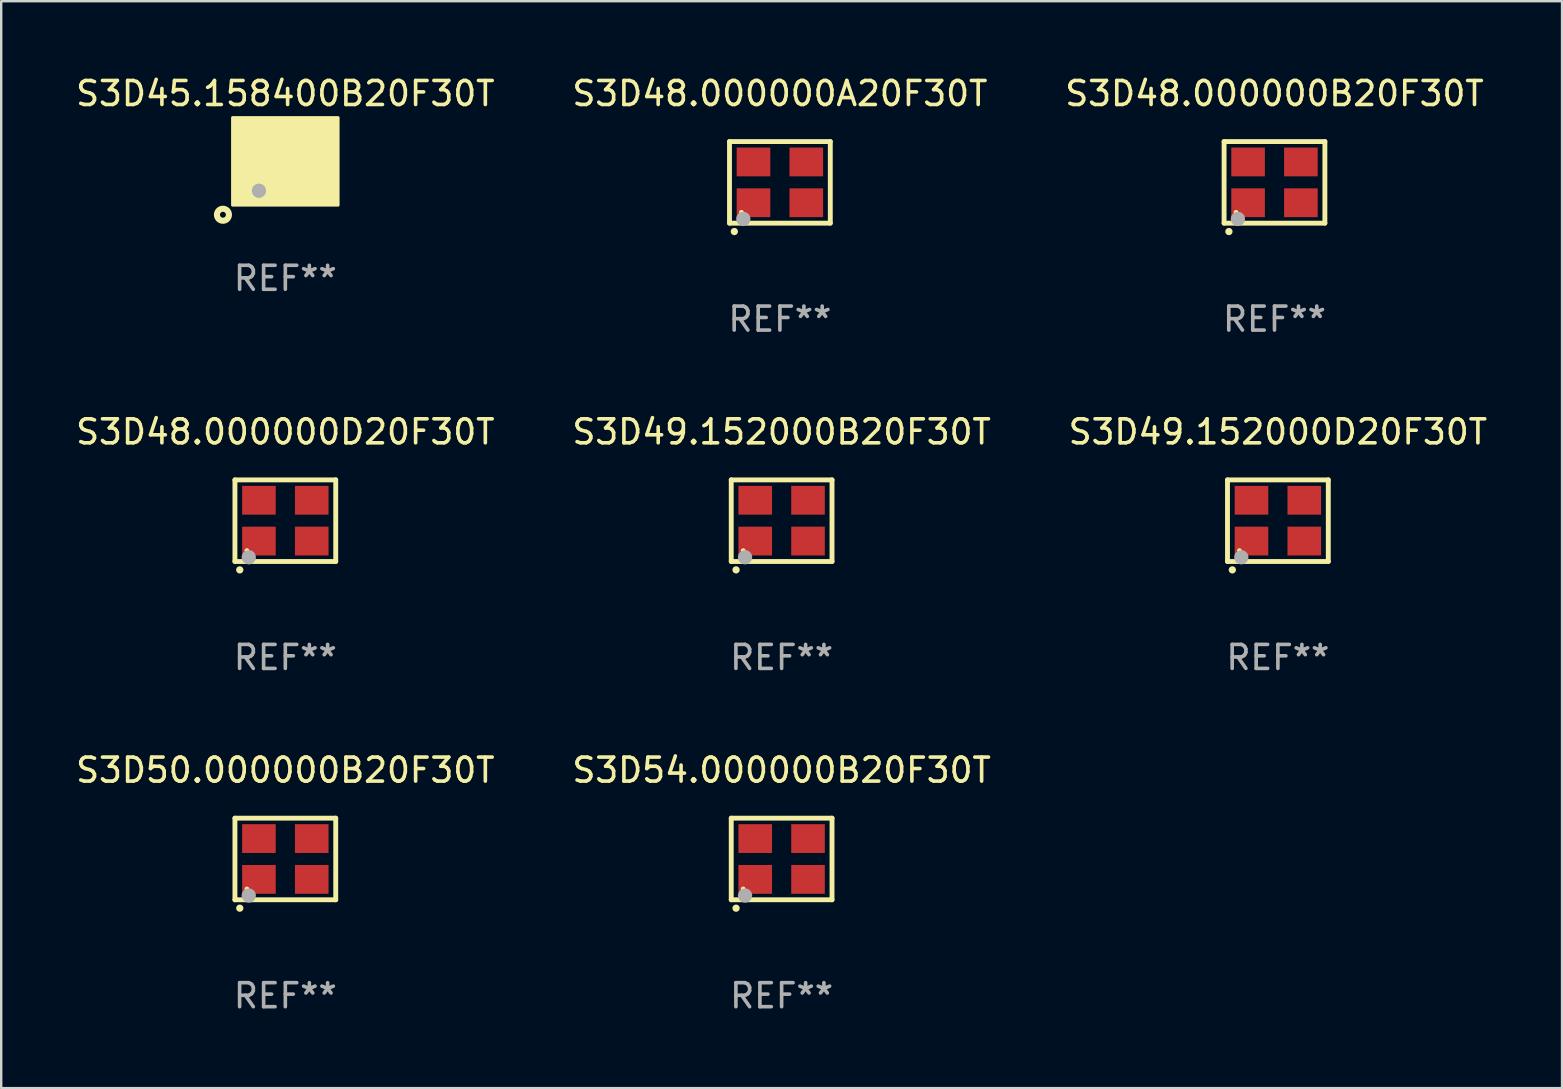
<source format=kicad_pcb>
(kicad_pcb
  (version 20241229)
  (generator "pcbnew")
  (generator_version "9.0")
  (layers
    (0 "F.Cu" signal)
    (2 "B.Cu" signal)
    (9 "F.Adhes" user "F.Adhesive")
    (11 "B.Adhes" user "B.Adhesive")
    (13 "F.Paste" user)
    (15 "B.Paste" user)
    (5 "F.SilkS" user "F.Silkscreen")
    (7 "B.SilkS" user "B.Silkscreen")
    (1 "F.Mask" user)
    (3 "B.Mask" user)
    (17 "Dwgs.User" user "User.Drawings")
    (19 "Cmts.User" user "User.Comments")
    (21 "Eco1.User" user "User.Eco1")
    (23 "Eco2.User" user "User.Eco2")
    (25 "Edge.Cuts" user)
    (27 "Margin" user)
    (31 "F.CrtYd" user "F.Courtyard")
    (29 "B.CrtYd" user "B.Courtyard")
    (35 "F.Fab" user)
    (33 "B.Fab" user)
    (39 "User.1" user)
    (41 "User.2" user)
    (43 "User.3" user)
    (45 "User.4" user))
  (footprint "S3D48.000000D20F30T"
    (layer "F.Cu")
    (at 8.839 18.645)
    (property "Reference" "S3D48.000000D20F30T" (at 0 -3.7 0) (layer "F.SilkS") (effects (font (size 1 1) (thickness 0.15))))
    (attr through_hole)
    (fp_line (start -2.1 -1.7) (end -2.1 1.7) (stroke (width 0.203) (type solid)) (layer "F.SilkS"))
    (fp_line (start -2.1 1.7) (end 2.1 1.7) (stroke (width 0.203) (type solid)) (layer "F.SilkS"))
    (fp_line (start 2.1 -1.7) (end -2.1 -1.7) (stroke (width 0.203) (type solid)) (layer "F.SilkS"))
    (fp_line (start 2.1 1.7) (end 2.1 -1.7) (stroke (width 0.203) (type solid)) (layer "F.SilkS"))
    (fp_arc (start -1.899924 2.049784) (mid -1.898654 2.049779) (end -1.897384 2.049784) (stroke (width 0.3) (type solid)) (layer "F.SilkS"))
    (fp_circle (center -1.6 1.25) (end -1.55 1.25) (stroke (width 0.1) (type solid)) (fill no) (layer "F.SilkS"))
    (fp_circle (center -1.524 1.524) (end -1.374 1.524) (stroke (width 0.3) (type solid)) (fill no) (layer "F.Fab"))
    (fp_text user "REF**" (at 0 5.7 0) (layer "F.Fab") (effects (font (size 1 1) (thickness 0.15))))
    (pad "1" smd rect (at -1.1 0.85) (size 1.4 1.2) (layers "F.Cu" "F.Mask" "F.Paste"))
    (pad "2" smd rect (at 1.1 0.85) (size 1.4 1.2) (layers "F.Cu" "F.Mask" "F.Paste"))
    (pad "3" smd rect (at 1.1 -0.85) (size 1.4 1.2) (layers "F.Cu" "F.Mask" "F.Paste"))
    (pad "4" smd rect (at -1.1 -0.85) (size 1.4 1.2) (layers "F.Cu" "F.Mask" "F.Paste")))
  (footprint "S3D45.158400B20F30T"
    (layer "F.Cu")
    (at 8.839 3.698)
    (property "Reference" "S3D45.158400B20F30T" (at 0 -2.85 0) (layer "F.SilkS") (effects (font (size 1 1) (thickness 0.15))))
    (attr through_hole)
    (fp_circle (center -2.6 2.2) (end -2.35 2.2) (stroke (width 0.254) (type solid)) (fill no) (layer "F.SilkS"))
    (fp_circle (center -1.6 1.25) (end -1.57 1.25) (stroke (width 0.06) (type solid)) (fill no) (layer "F.SilkS"))
    (fp_poly (pts (xy -2.2 -1.85) (xy 2.2 -1.85) (xy 2.2 1.8) (xy -2.2 1.8)) (stroke (width 0.12) (type solid)) (fill yes) (layer "F.SilkS"))
    (fp_circle (center -1.1 1.2) (end -0.95 1.2) (stroke (width 0.3) (type solid)) (fill no) (layer "F.Fab"))
    (fp_text user "REF**" (at 0 4.85 0) (layer "F.Fab") (effects (font (size 1 1) (thickness 0.15))))
    (pad "1" smd custom (at -1.1 0.85) (size 1.4 1.2) (layers "F.Cu" "F.Mask" "F.Paste") (options (anchor circle)) (primitives (gr_poly (pts (xy -0.7 -0.6) (xy 0.4 -0.6) (xy 0.7 -0.3) (xy 0.7 0.6) (xy -0.7 0.6)) (width 0) (fill yes))))
    (pad "2" smd rect (at 1.1 0.85) (size 1.4 1.2) (layers "F.Cu" "F.Mask" "F.Paste"))
    (pad "3" smd rect (at 1.1 -0.85) (size 1.4 1.2) (layers "F.Cu" "F.Mask" "F.Paste"))
    (pad "4" smd rect (at -1.1 -0.85) (size 1.4 1.2) (layers "F.Cu" "F.Mask" "F.Paste")))
  (footprint "S3D48.000000A20F30T"
    (layer "F.Cu")
    (at 29.446 4.548)
    (property "Reference" "S3D48.000000A20F30T" (at 0 -3.7 0) (layer "F.SilkS") (effects (font (size 1 1) (thickness 0.15))))
    (attr through_hole)
    (fp_line (start -2.1 -1.7) (end -2.1 1.7) (stroke (width 0.203) (type solid)) (layer "F.SilkS"))
    (fp_line (start -2.1 1.7) (end 2.1 1.7) (stroke (width 0.203) (type solid)) (layer "F.SilkS"))
    (fp_line (start 2.1 -1.7) (end -2.1 -1.7) (stroke (width 0.203) (type solid)) (layer "F.SilkS"))
    (fp_line (start 2.1 1.7) (end 2.1 -1.7) (stroke (width 0.203) (type solid)) (layer "F.SilkS"))
    (fp_arc (start -1.899924 2.049784) (mid -1.898654 2.049779) (end -1.897384 2.049784) (stroke (width 0.3) (type solid)) (layer "F.SilkS"))
    (fp_circle (center -1.6 1.25) (end -1.55 1.25) (stroke (width 0.1) (type solid)) (fill no) (layer "F.SilkS"))
    (fp_circle (center -1.524 1.524) (end -1.374 1.524) (stroke (width 0.3) (type solid)) (fill no) (layer "F.Fab"))
    (fp_text user "REF**" (at 0 5.7 0) (layer "F.Fab") (effects (font (size 1 1) (thickness 0.15))))
    (pad "1" smd rect (at -1.1 0.85) (size 1.4 1.2) (layers "F.Cu" "F.Mask" "F.Paste"))
    (pad "2" smd rect (at 1.1 0.85) (size 1.4 1.2) (layers "F.Cu" "F.Mask" "F.Paste"))
    (pad "3" smd rect (at 1.1 -0.85) (size 1.4 1.2) (layers "F.Cu" "F.Mask" "F.Paste"))
    (pad "4" smd rect (at -1.1 -0.85) (size 1.4 1.2) (layers "F.Cu" "F.Mask" "F.Paste")))
  (footprint "S3D49.152000D20F30T"
    (layer "F.Cu")
    (at 50.196 18.645)
    (property "Reference" "S3D49.152000D20F30T" (at 0 -3.7 0) (layer "F.SilkS") (effects (font (size 1 1) (thickness 0.15))))
    (attr through_hole)
    (fp_line (start -2.1 -1.7) (end -2.1 1.7) (stroke (width 0.203) (type solid)) (layer "F.SilkS"))
    (fp_line (start -2.1 1.7) (end 2.1 1.7) (stroke (width 0.203) (type solid)) (layer "F.SilkS"))
    (fp_line (start 2.1 -1.7) (end -2.1 -1.7) (stroke (width 0.203) (type solid)) (layer "F.SilkS"))
    (fp_line (start 2.1 1.7) (end 2.1 -1.7) (stroke (width 0.203) (type solid)) (layer "F.SilkS"))
    (fp_arc (start -1.899924 2.049784) (mid -1.898654 2.049779) (end -1.897384 2.049784) (stroke (width 0.3) (type solid)) (layer "F.SilkS"))
    (fp_circle (center -1.6 1.25) (end -1.55 1.25) (stroke (width 0.1) (type solid)) (fill no) (layer "F.SilkS"))
    (fp_circle (center -1.524 1.524) (end -1.374 1.524) (stroke (width 0.3) (type solid)) (fill no) (layer "F.Fab"))
    (fp_text user "REF**" (at 0 5.7 0) (layer "F.Fab") (effects (font (size 1 1) (thickness 0.15))))
    (pad "1" smd rect (at -1.1 0.85) (size 1.4 1.2) (layers "F.Cu" "F.Mask" "F.Paste"))
    (pad "2" smd rect (at 1.1 0.85) (size 1.4 1.2) (layers "F.Cu" "F.Mask" "F.Paste"))
    (pad "3" smd rect (at 1.1 -0.85) (size 1.4 1.2) (layers "F.Cu" "F.Mask" "F.Paste"))
    (pad "4" smd rect (at -1.1 -0.85) (size 1.4 1.2) (layers "F.Cu" "F.Mask" "F.Paste")))
  (footprint "S3D49.152000B20F30T"
    (layer "F.Cu")
    (at 29.518 18.645)
    (property "Reference" "S3D49.152000B20F30T" (at 0 -3.7 0) (layer "F.SilkS") (effects (font (size 1 1) (thickness 0.15))))
    (attr through_hole)
    (fp_line (start -2.1 -1.7) (end -2.1 1.7) (stroke (width 0.203) (type solid)) (layer "F.SilkS"))
    (fp_line (start -2.1 1.7) (end 2.1 1.7) (stroke (width 0.203) (type solid)) (layer "F.SilkS"))
    (fp_line (start 2.1 -1.7) (end -2.1 -1.7) (stroke (width 0.203) (type solid)) (layer "F.SilkS"))
    (fp_line (start 2.1 1.7) (end 2.1 -1.7) (stroke (width 0.203) (type solid)) (layer "F.SilkS"))
    (fp_arc (start -1.899924 2.049784) (mid -1.898654 2.049779) (end -1.897384 2.049784) (stroke (width 0.3) (type solid)) (layer "F.SilkS"))
    (fp_circle (center -1.6 1.25) (end -1.55 1.25) (stroke (width 0.1) (type solid)) (fill no) (layer "F.SilkS"))
    (fp_circle (center -1.524 1.524) (end -1.374 1.524) (stroke (width 0.3) (type solid)) (fill no) (layer "F.Fab"))
    (fp_text user "REF**" (at 0 5.7 0) (layer "F.Fab") (effects (font (size 1 1) (thickness 0.15))))
    (pad "1" smd rect (at -1.1 0.85) (size 1.4 1.2) (layers "F.Cu" "F.Mask" "F.Paste"))
    (pad "2" smd rect (at 1.1 0.85) (size 1.4 1.2) (layers "F.Cu" "F.Mask" "F.Paste"))
    (pad "3" smd rect (at 1.1 -0.85) (size 1.4 1.2) (layers "F.Cu" "F.Mask" "F.Paste"))
    (pad "4" smd rect (at -1.1 -0.85) (size 1.4 1.2) (layers "F.Cu" "F.Mask" "F.Paste")))
  (footprint "S3D50.000000B20F30T"
    (layer "F.Cu")
    (at 8.839 32.741)
    (property "Reference" "S3D50.000000B20F30T" (at 0 -3.7 0) (layer "F.SilkS") (effects (font (size 1 1) (thickness 0.15))))
    (attr through_hole)
    (fp_line (start -2.1 -1.7) (end -2.1 1.7) (stroke (width 0.203) (type solid)) (layer "F.SilkS"))
    (fp_line (start -2.1 1.7) (end 2.1 1.7) (stroke (width 0.203) (type solid)) (layer "F.SilkS"))
    (fp_line (start 2.1 -1.7) (end -2.1 -1.7) (stroke (width 0.203) (type solid)) (layer "F.SilkS"))
    (fp_line (start 2.1 1.7) (end 2.1 -1.7) (stroke (width 0.203) (type solid)) (layer "F.SilkS"))
    (fp_arc (start -1.899924 2.049784) (mid -1.898654 2.049779) (end -1.897384 2.049784) (stroke (width 0.3) (type solid)) (layer "F.SilkS"))
    (fp_circle (center -1.6 1.25) (end -1.55 1.25) (stroke (width 0.1) (type solid)) (fill no) (layer "F.SilkS"))
    (fp_circle (center -1.524 1.524) (end -1.374 1.524) (stroke (width 0.3) (type solid)) (fill no) (layer "F.Fab"))
    (fp_text user "REF**" (at 0 5.7 0) (layer "F.Fab") (effects (font (size 1 1) (thickness 0.15))))
    (pad "1" smd rect (at -1.1 0.85) (size 1.4 1.2) (layers "F.Cu" "F.Mask" "F.Paste"))
    (pad "2" smd rect (at 1.1 0.85) (size 1.4 1.2) (layers "F.Cu" "F.Mask" "F.Paste"))
    (pad "3" smd rect (at 1.1 -0.85) (size 1.4 1.2) (layers "F.Cu" "F.Mask" "F.Paste"))
    (pad "4" smd rect (at -1.1 -0.85) (size 1.4 1.2) (layers "F.Cu" "F.Mask" "F.Paste")))
  (footprint "S3D54.000000B20F30T"
    (layer "F.Cu")
    (at 29.518 32.741)
    (property "Reference" "S3D54.000000B20F30T" (at 0 -3.7 0) (layer "F.SilkS") (effects (font (size 1 1) (thickness 0.15))))
    (attr through_hole)
    (fp_line (start -2.1 -1.7) (end -2.1 1.7) (stroke (width 0.203) (type solid)) (layer "F.SilkS"))
    (fp_line (start -2.1 1.7) (end 2.1 1.7) (stroke (width 0.203) (type solid)) (layer "F.SilkS"))
    (fp_line (start 2.1 -1.7) (end -2.1 -1.7) (stroke (width 0.203) (type solid)) (layer "F.SilkS"))
    (fp_line (start 2.1 1.7) (end 2.1 -1.7) (stroke (width 0.203) (type solid)) (layer "F.SilkS"))
    (fp_arc (start -1.899924 2.049784) (mid -1.898654 2.049779) (end -1.897384 2.049784) (stroke (width 0.3) (type solid)) (layer "F.SilkS"))
    (fp_circle (center -1.6 1.25) (end -1.55 1.25) (stroke (width 0.1) (type solid)) (fill no) (layer "F.SilkS"))
    (fp_circle (center -1.524 1.524) (end -1.374 1.524) (stroke (width 0.3) (type solid)) (fill no) (layer "F.Fab"))
    (fp_text user "REF**" (at 0 5.7 0) (layer "F.Fab") (effects (font (size 1 1) (thickness 0.15))))
    (pad "1" smd rect (at -1.1 0.85) (size 1.4 1.2) (layers "F.Cu" "F.Mask" "F.Paste"))
    (pad "2" smd rect (at 1.1 0.85) (size 1.4 1.2) (layers "F.Cu" "F.Mask" "F.Paste"))
    (pad "3" smd rect (at 1.1 -0.85) (size 1.4 1.2) (layers "F.Cu" "F.Mask" "F.Paste"))
    (pad "4" smd rect (at -1.1 -0.85) (size 1.4 1.2) (layers "F.Cu" "F.Mask" "F.Paste")))
  (footprint "S3D48.000000B20F30T"
    (layer "F.Cu")
    (at 50.054 4.548)
    (property "Reference" "S3D48.000000B20F30T" (at 0 -3.7 0) (layer "F.SilkS") (effects (font (size 1 1) (thickness 0.15))))
    (attr through_hole)
    (fp_line (start -2.1 -1.7) (end -2.1 1.7) (stroke (width 0.203) (type solid)) (layer "F.SilkS"))
    (fp_line (start -2.1 1.7) (end 2.1 1.7) (stroke (width 0.203) (type solid)) (layer "F.SilkS"))
    (fp_line (start 2.1 -1.7) (end -2.1 -1.7) (stroke (width 0.203) (type solid)) (layer "F.SilkS"))
    (fp_line (start 2.1 1.7) (end 2.1 -1.7) (stroke (width 0.203) (type solid)) (layer "F.SilkS"))
    (fp_arc (start -1.899924 2.049784) (mid -1.898654 2.049779) (end -1.897384 2.049784) (stroke (width 0.3) (type solid)) (layer "F.SilkS"))
    (fp_circle (center -1.6 1.25) (end -1.55 1.25) (stroke (width 0.1) (type solid)) (fill no) (layer "F.SilkS"))
    (fp_circle (center -1.524 1.524) (end -1.374 1.524) (stroke (width 0.3) (type solid)) (fill no) (layer "F.Fab"))
    (fp_text user "REF**" (at 0 5.7 0) (layer "F.Fab") (effects (font (size 1 1) (thickness 0.15))))
    (pad "1" smd rect (at -1.1 0.85) (size 1.4 1.2) (layers "F.Cu" "F.Mask" "F.Paste"))
    (pad "2" smd rect (at 1.1 0.85) (size 1.4 1.2) (layers "F.Cu" "F.Mask" "F.Paste"))
    (pad "3" smd rect (at 1.1 -0.85) (size 1.4 1.2) (layers "F.Cu" "F.Mask" "F.Paste"))
    (pad "4" smd rect (at -1.1 -0.85) (size 1.4 1.2) (layers "F.Cu" "F.Mask" "F.Paste")))
  (gr_rect
    (start -3 -3)
    (end 62.036 42.289)
    (stroke (width 0.1) (type default))
    (fill no)
    (layer "Edge.Cuts")))
</source>
